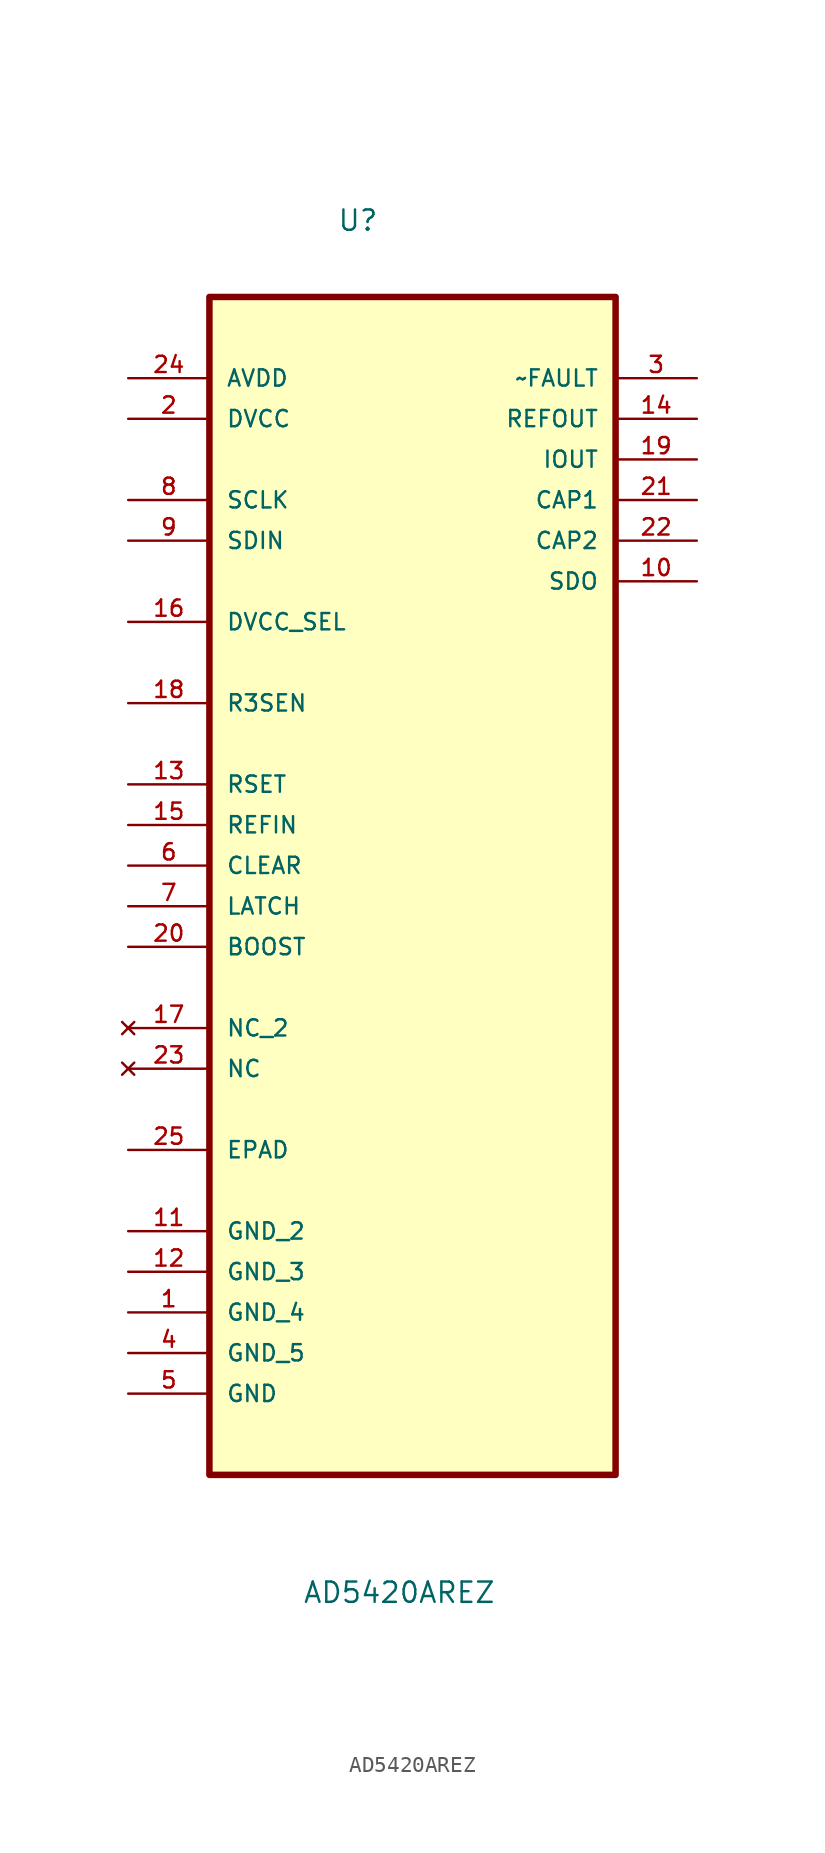
<source format=kicad_sym>
(kicad_symbol_lib
  (version 20211014)
  (generator kicad_symbol_editor)
  (symbol "AD5420AREZ"
    (pin_names
      (offset 1.016))
    (property "Reference" "U"
      (at -4.724 37.059 0.0)
      (effects (font (size 1.27 1.27)) (justify bottom left)))
    (property "Value" "AD5420AREZ"
      (at -6.883 -48.743 0.0)
      (effects (font (size 1.27 1.27)) (justify bottom left)))
    (symbol "AD5420AREZ_0_0"
      (rectangle (start -12.7 -40.64) (end 12.7 33.02) (stroke (width 0.406)) (fill (type background)))
      (pin power_in line (at -17.78 27.94 0) (length 5.08) (name "AVDD" (effects (font (size 1.016 1.016)))) (number "24" (effects (font (size 1.016 1.016)))))
      (pin power_in line (at -17.78 25.4 0) (length 5.08) (name "DVCC" (effects (font (size 1.016 1.016)))) (number "2" (effects (font (size 1.016 1.016)))))
      (pin input line (at -17.78 20.32 0) (length 5.08) (name "SCLK" (effects (font (size 1.016 1.016)))) (number "8" (effects (font (size 1.016 1.016)))))
      (pin input line (at -17.78 17.78 0) (length 5.08) (name "SDIN" (effects (font (size 1.016 1.016)))) (number "9" (effects (font (size 1.016 1.016)))))
      (pin input line (at -17.78 12.7 0) (length 5.08) (name "DVCC_SEL" (effects (font (size 1.016 1.016)))) (number "16" (effects (font (size 1.016 1.016)))))
      (pin input line (at -17.78 7.62 0) (length 5.08) (name "R3SEN" (effects (font (size 1.016 1.016)))) (number "18" (effects (font (size 1.016 1.016)))))
      (pin passive line (at -17.78 2.54 0) (length 5.08) (name "RSET" (effects (font (size 1.016 1.016)))) (number "13" (effects (font (size 1.016 1.016)))))
      (pin input line (at -17.78 0.0 0) (length 5.08) (name "REFIN" (effects (font (size 1.016 1.016)))) (number "15" (effects (font (size 1.016 1.016)))))
      (pin input line (at -17.78 -2.54 0) (length 5.08) (name "CLEAR" (effects (font (size 1.016 1.016)))) (number "6" (effects (font (size 1.016 1.016)))))
      (pin input line (at -17.78 -5.08 0) (length 5.08) (name "LATCH" (effects (font (size 1.016 1.016)))) (number "7" (effects (font (size 1.016 1.016)))))
      (pin passive line (at -17.78 -7.62 0) (length 5.08) (name "BOOST" (effects (font (size 1.016 1.016)))) (number "20" (effects (font (size 1.016 1.016)))))
      (pin no_connect line (at -17.78 -12.7 0) (length 5.08) (name "NC_2" (effects (font (size 1.016 1.016)))) (number "17" (effects (font (size 1.016 1.016)))))
      (pin no_connect line (at -17.78 -15.24 0) (length 5.08) (name "NC" (effects (font (size 1.016 1.016)))) (number "23" (effects (font (size 1.016 1.016)))))
      (pin passive line (at -17.78 -20.32 0) (length 5.08) (name "EPAD" (effects (font (size 1.016 1.016)))) (number "25" (effects (font (size 1.016 1.016)))))
      (pin passive line (at -17.78 -25.4 0) (length 5.08) (name "GND_2" (effects (font (size 1.016 1.016)))) (number "11" (effects (font (size 1.016 1.016)))))
      (pin passive line (at -17.78 -27.94 0) (length 5.08) (name "GND_3" (effects (font (size 1.016 1.016)))) (number "12" (effects (font (size 1.016 1.016)))))
      (pin passive line (at -17.78 -30.48 0) (length 5.08) (name "GND_4" (effects (font (size 1.016 1.016)))) (number "1" (effects (font (size 1.016 1.016)))))
      (pin passive line (at -17.78 -33.02 0) (length 5.08) (name "GND_5" (effects (font (size 1.016 1.016)))) (number "4" (effects (font (size 1.016 1.016)))))
      (pin passive line (at -17.78 -35.56 0) (length 5.08) (name "GND" (effects (font (size 1.016 1.016)))) (number "5" (effects (font (size 1.016 1.016)))))
      (pin output line (at 17.78 27.94 180.0) (length 5.08) (name "~FAULT" (effects (font (size 1.016 1.016)))) (number "3" (effects (font (size 1.016 1.016)))))
      (pin output line (at 17.78 25.4 180.0) (length 5.08) (name "REFOUT" (effects (font (size 1.016 1.016)))) (number "14" (effects (font (size 1.016 1.016)))))
      (pin output line (at 17.78 22.86 180.0) (length 5.08) (name "IOUT" (effects (font (size 1.016 1.016)))) (number "19" (effects (font (size 1.016 1.016)))))
      (pin output line (at 17.78 20.32 180.0) (length 5.08) (name "CAP1" (effects (font (size 1.016 1.016)))) (number "21" (effects (font (size 1.016 1.016)))))
      (pin output line (at 17.78 17.78 180.0) (length 5.08) (name "CAP2" (effects (font (size 1.016 1.016)))) (number "22" (effects (font (size 1.016 1.016)))))
      (pin output line (at 17.78 15.24 180.0) (length 5.08) (name "SDO" (effects (font (size 1.016 1.016)))) (number "10" (effects (font (size 1.016 1.016))))))))
</source>
